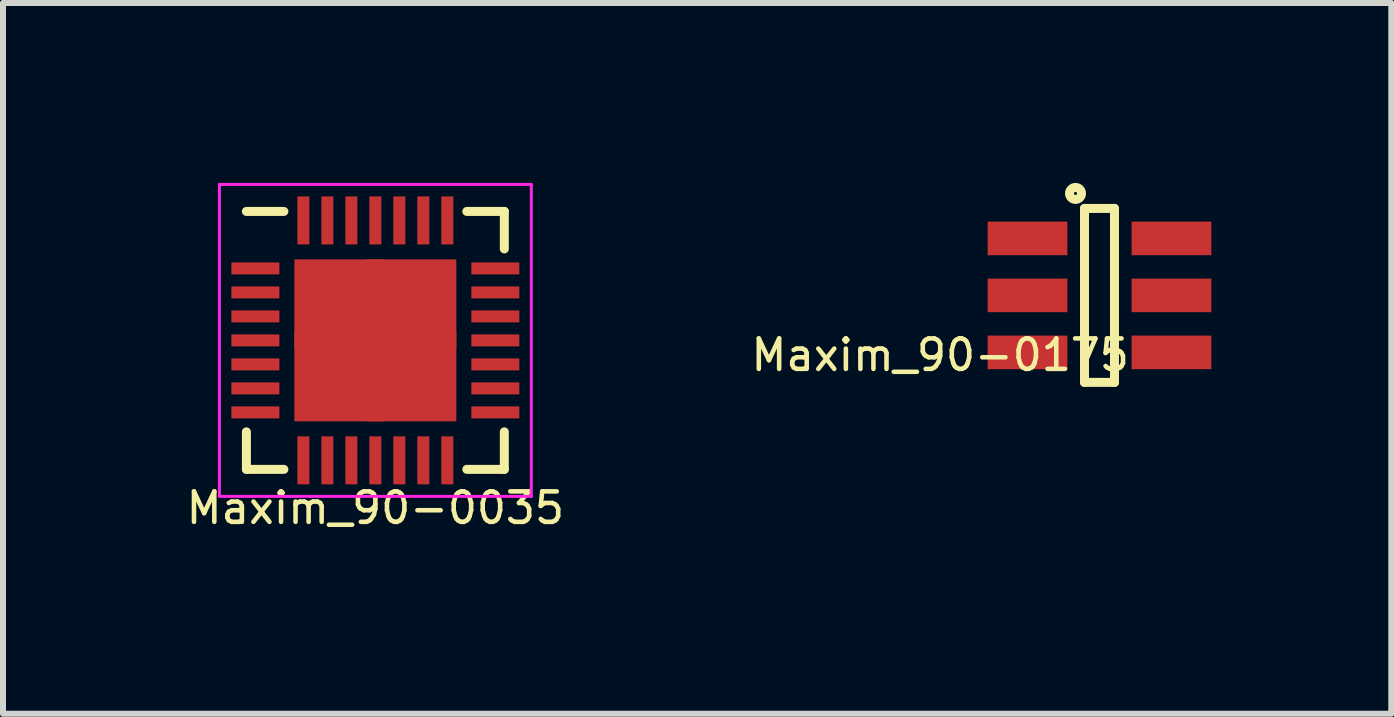
<source format=kicad_pcb>
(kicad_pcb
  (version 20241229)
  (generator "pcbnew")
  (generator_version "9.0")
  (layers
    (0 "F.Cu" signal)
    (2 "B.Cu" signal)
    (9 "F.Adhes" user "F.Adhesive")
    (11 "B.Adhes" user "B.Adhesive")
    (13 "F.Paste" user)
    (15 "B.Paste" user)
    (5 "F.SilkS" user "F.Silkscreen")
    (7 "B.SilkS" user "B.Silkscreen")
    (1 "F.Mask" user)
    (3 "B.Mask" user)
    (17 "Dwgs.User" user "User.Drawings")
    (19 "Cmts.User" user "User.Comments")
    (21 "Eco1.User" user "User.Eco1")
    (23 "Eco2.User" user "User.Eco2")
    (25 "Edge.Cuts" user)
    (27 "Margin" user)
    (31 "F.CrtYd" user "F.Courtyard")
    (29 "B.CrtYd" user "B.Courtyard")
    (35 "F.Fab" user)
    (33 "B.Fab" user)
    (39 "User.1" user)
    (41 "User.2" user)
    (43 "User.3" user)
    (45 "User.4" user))
  (footprint "Maxim_90-0035"
    (layer "F.Cu")
    (at 3.208 2.625)
    (property "Reference" "Maxim_90-0035" (at 0 2.794 0) (layer "F.SilkS") (effects (font (size 0.508 0.508) (thickness 0.076))))
    (attr smd)
    (fp_line (start -2.15 -2.15) (end -1.525 -2.15) (stroke (width 0.15) (type solid)) (layer "F.SilkS"))
    (fp_line (start -2.15 2.15) (end -2.15 1.525) (stroke (width 0.15) (type solid)) (layer "F.SilkS"))
    (fp_line (start -2.15 2.15) (end -1.525 2.15) (stroke (width 0.15) (type solid)) (layer "F.SilkS"))
    (fp_line (start 2.15 -2.15) (end 1.525 -2.15) (stroke (width 0.15) (type solid)) (layer "F.SilkS"))
    (fp_line (start 2.15 -2.15) (end 2.15 -1.525) (stroke (width 0.15) (type solid)) (layer "F.SilkS"))
    (fp_line (start 2.15 2.15) (end 1.525 2.15) (stroke (width 0.15) (type solid)) (layer "F.SilkS"))
    (fp_line (start 2.15 2.15) (end 2.15 1.525) (stroke (width 0.15) (type solid)) (layer "F.SilkS"))
    (fp_line (start -2.6 -2.6) (end -2.6 2.6) (stroke (width 0.05) (type solid)) (layer "F.CrtYd"))
    (fp_line (start -2.6 -2.6) (end 2.6 -2.6) (stroke (width 0.05) (type solid)) (layer "F.CrtYd"))
    (fp_line (start -2.6 2.6) (end 2.6 2.6) (stroke (width 0.05) (type solid)) (layer "F.CrtYd"))
    (fp_line (start 2.6 -2.6) (end 2.6 2.6) (stroke (width 0.05) (type solid)) (layer "F.CrtYd"))
    (pad "1" smd rect (at -2 -1.2) (size 0.8 0.2) (layers "F.Cu" "F.Mask" "F.Paste"))
    (pad "2" smd rect (at -2 -0.8) (size 0.8 0.2) (layers "F.Cu" "F.Mask" "F.Paste"))
    (pad "3" smd rect (at -2 -0.4) (size 0.8 0.2) (layers "F.Cu" "F.Mask" "F.Paste"))
    (pad "4" smd rect (at -2 0) (size 0.8 0.2) (layers "F.Cu" "F.Mask" "F.Paste"))
    (pad "5" smd rect (at -2 0.4) (size 0.8 0.2) (layers "F.Cu" "F.Mask" "F.Paste"))
    (pad "6" smd rect (at -2 0.8) (size 0.8 0.2) (layers "F.Cu" "F.Mask" "F.Paste"))
    (pad "7" smd rect (at -2 1.2) (size 0.8 0.2) (layers "F.Cu" "F.Mask" "F.Paste"))
    (pad "8" smd rect (at -1.2 2 90) (size 0.8 0.2) (layers "F.Cu" "F.Mask" "F.Paste"))
    (pad "9" smd rect (at -0.8 2 90) (size 0.8 0.2) (layers "F.Cu" "F.Mask" "F.Paste"))
    (pad "10" smd rect (at -0.4 2 90) (size 0.8 0.2) (layers "F.Cu" "F.Mask" "F.Paste"))
    (pad "11" smd rect (at 0 2 90) (size 0.8 0.2) (layers "F.Cu" "F.Mask" "F.Paste"))
    (pad "12" smd rect (at 0.4 2 90) (size 0.8 0.2) (layers "F.Cu" "F.Mask" "F.Paste"))
    (pad "13" smd rect (at 0.8 2 90) (size 0.8 0.2) (layers "F.Cu" "F.Mask" "F.Paste"))
    (pad "14" smd rect (at 1.2 2 90) (size 0.8 0.2) (layers "F.Cu" "F.Mask" "F.Paste"))
    (pad "15" smd rect (at 2 1.2) (size 0.8 0.2) (layers "F.Cu" "F.Mask" "F.Paste"))
    (pad "16" smd rect (at 2 0.8) (size 0.8 0.2) (layers "F.Cu" "F.Mask" "F.Paste"))
    (pad "17" smd rect (at 2 0.4) (size 0.8 0.2) (layers "F.Cu" "F.Mask" "F.Paste"))
    (pad "18" smd rect (at 2 0) (size 0.8 0.2) (layers "F.Cu" "F.Mask" "F.Paste"))
    (pad "19" smd rect (at 2 -0.4) (size 0.8 0.2) (layers "F.Cu" "F.Mask" "F.Paste"))
    (pad "20" smd rect (at 2 -0.8) (size 0.8 0.2) (layers "F.Cu" "F.Mask" "F.Paste"))
    (pad "21" smd rect (at 2 -1.2) (size 0.8 0.2) (layers "F.Cu" "F.Mask" "F.Paste"))
    (pad "22" smd rect (at 1.2 -2 90) (size 0.8 0.2) (layers "F.Cu" "F.Mask" "F.Paste"))
    (pad "23" smd rect (at 0.8 -2 90) (size 0.8 0.2) (layers "F.Cu" "F.Mask" "F.Paste"))
    (pad "24" smd rect (at 0.4 -2 90) (size 0.8 0.2) (layers "F.Cu" "F.Mask" "F.Paste"))
    (pad "25" smd rect (at 0 -2 90) (size 0.8 0.2) (layers "F.Cu" "F.Mask" "F.Paste"))
    (pad "26" smd rect (at -0.4 -2 90) (size 0.8 0.2) (layers "F.Cu" "F.Mask" "F.Paste"))
    (pad "27" smd rect (at -0.8 -2 90) (size 0.8 0.2) (layers "F.Cu" "F.Mask" "F.Paste"))
    (pad "28" smd rect (at -1.2 -2 90) (size 0.8 0.2) (layers "F.Cu" "F.Mask" "F.Paste"))
    (pad "29" smd rect (at -0.6 -0.6) (size 1.5 1.5) (layers "F.Cu" "F.Mask" "F.Paste"))
    (pad "29" smd rect (at -0.6 0.6) (size 1.5 1.5) (layers "F.Cu" "F.Mask" "F.Paste"))
    (pad "29" smd rect (at 0.6 -0.6) (size 1.5 1.5) (layers "F.Cu" "F.Mask" "F.Paste"))
    (pad "29" smd rect (at 0.6 0.6) (size 1.5 1.5) (layers "F.Cu" "F.Mask" "F.Paste")))
  (footprint "Maxim_90-0175"
    (layer "F.Cu")
    (at 15.281 1.875)
    (property "Reference" "Maxim_90-0175" (at -2.656 0.994 0) (layer "F.SilkS") (effects (font (size 0.508 0.508) (thickness 0.076))))
    (attr smd)
    (fp_line (start -0.25 -1.45) (end -0.25 1.45) (stroke (width 0.15) (type solid)) (layer "F.SilkS"))
    (fp_line (start -0.25 1.45) (end 0.25 1.45) (stroke (width 0.15) (type solid)) (layer "F.SilkS"))
    (fp_line (start 0.25 -1.45) (end -0.25 -1.45) (stroke (width 0.15) (type solid)) (layer "F.SilkS"))
    (fp_line (start 0.25 1.45) (end 0.25 -1.45) (stroke (width 0.15) (type solid)) (layer "F.SilkS"))
    (fp_circle (center -0.4 -1.7) (end -0.3 -1.7) (stroke (width 0.15) (type solid)) (fill no) (layer "F.SilkS"))
    (pad "1" smd rect (at -1.2 -0.95) (size 1.33 0.56) (layers "F.Cu" "F.Mask" "F.Paste"))
    (pad "2" smd rect (at -1.2 0) (size 1.33 0.56) (layers "F.Cu" "F.Mask" "F.Paste"))
    (pad "3" smd rect (at -1.2 0.95) (size 1.33 0.56) (layers "F.Cu" "F.Mask" "F.Paste"))
    (pad "4" smd rect (at 1.2 0.95) (size 1.33 0.56) (layers "F.Cu" "F.Mask" "F.Paste"))
    (pad "5" smd rect (at 1.2 0) (size 1.33 0.56) (layers "F.Cu" "F.Mask" "F.Paste"))
    (pad "6" smd rect (at 1.2 -0.95) (size 1.33 0.56) (layers "F.Cu" "F.Mask" "F.Paste")))
  (gr_rect
    (start -3 -3)
    (end 20.146 8.85)
    (stroke (width 0.1) (type default))
    (fill no)
    (layer "Edge.Cuts")))
</source>
